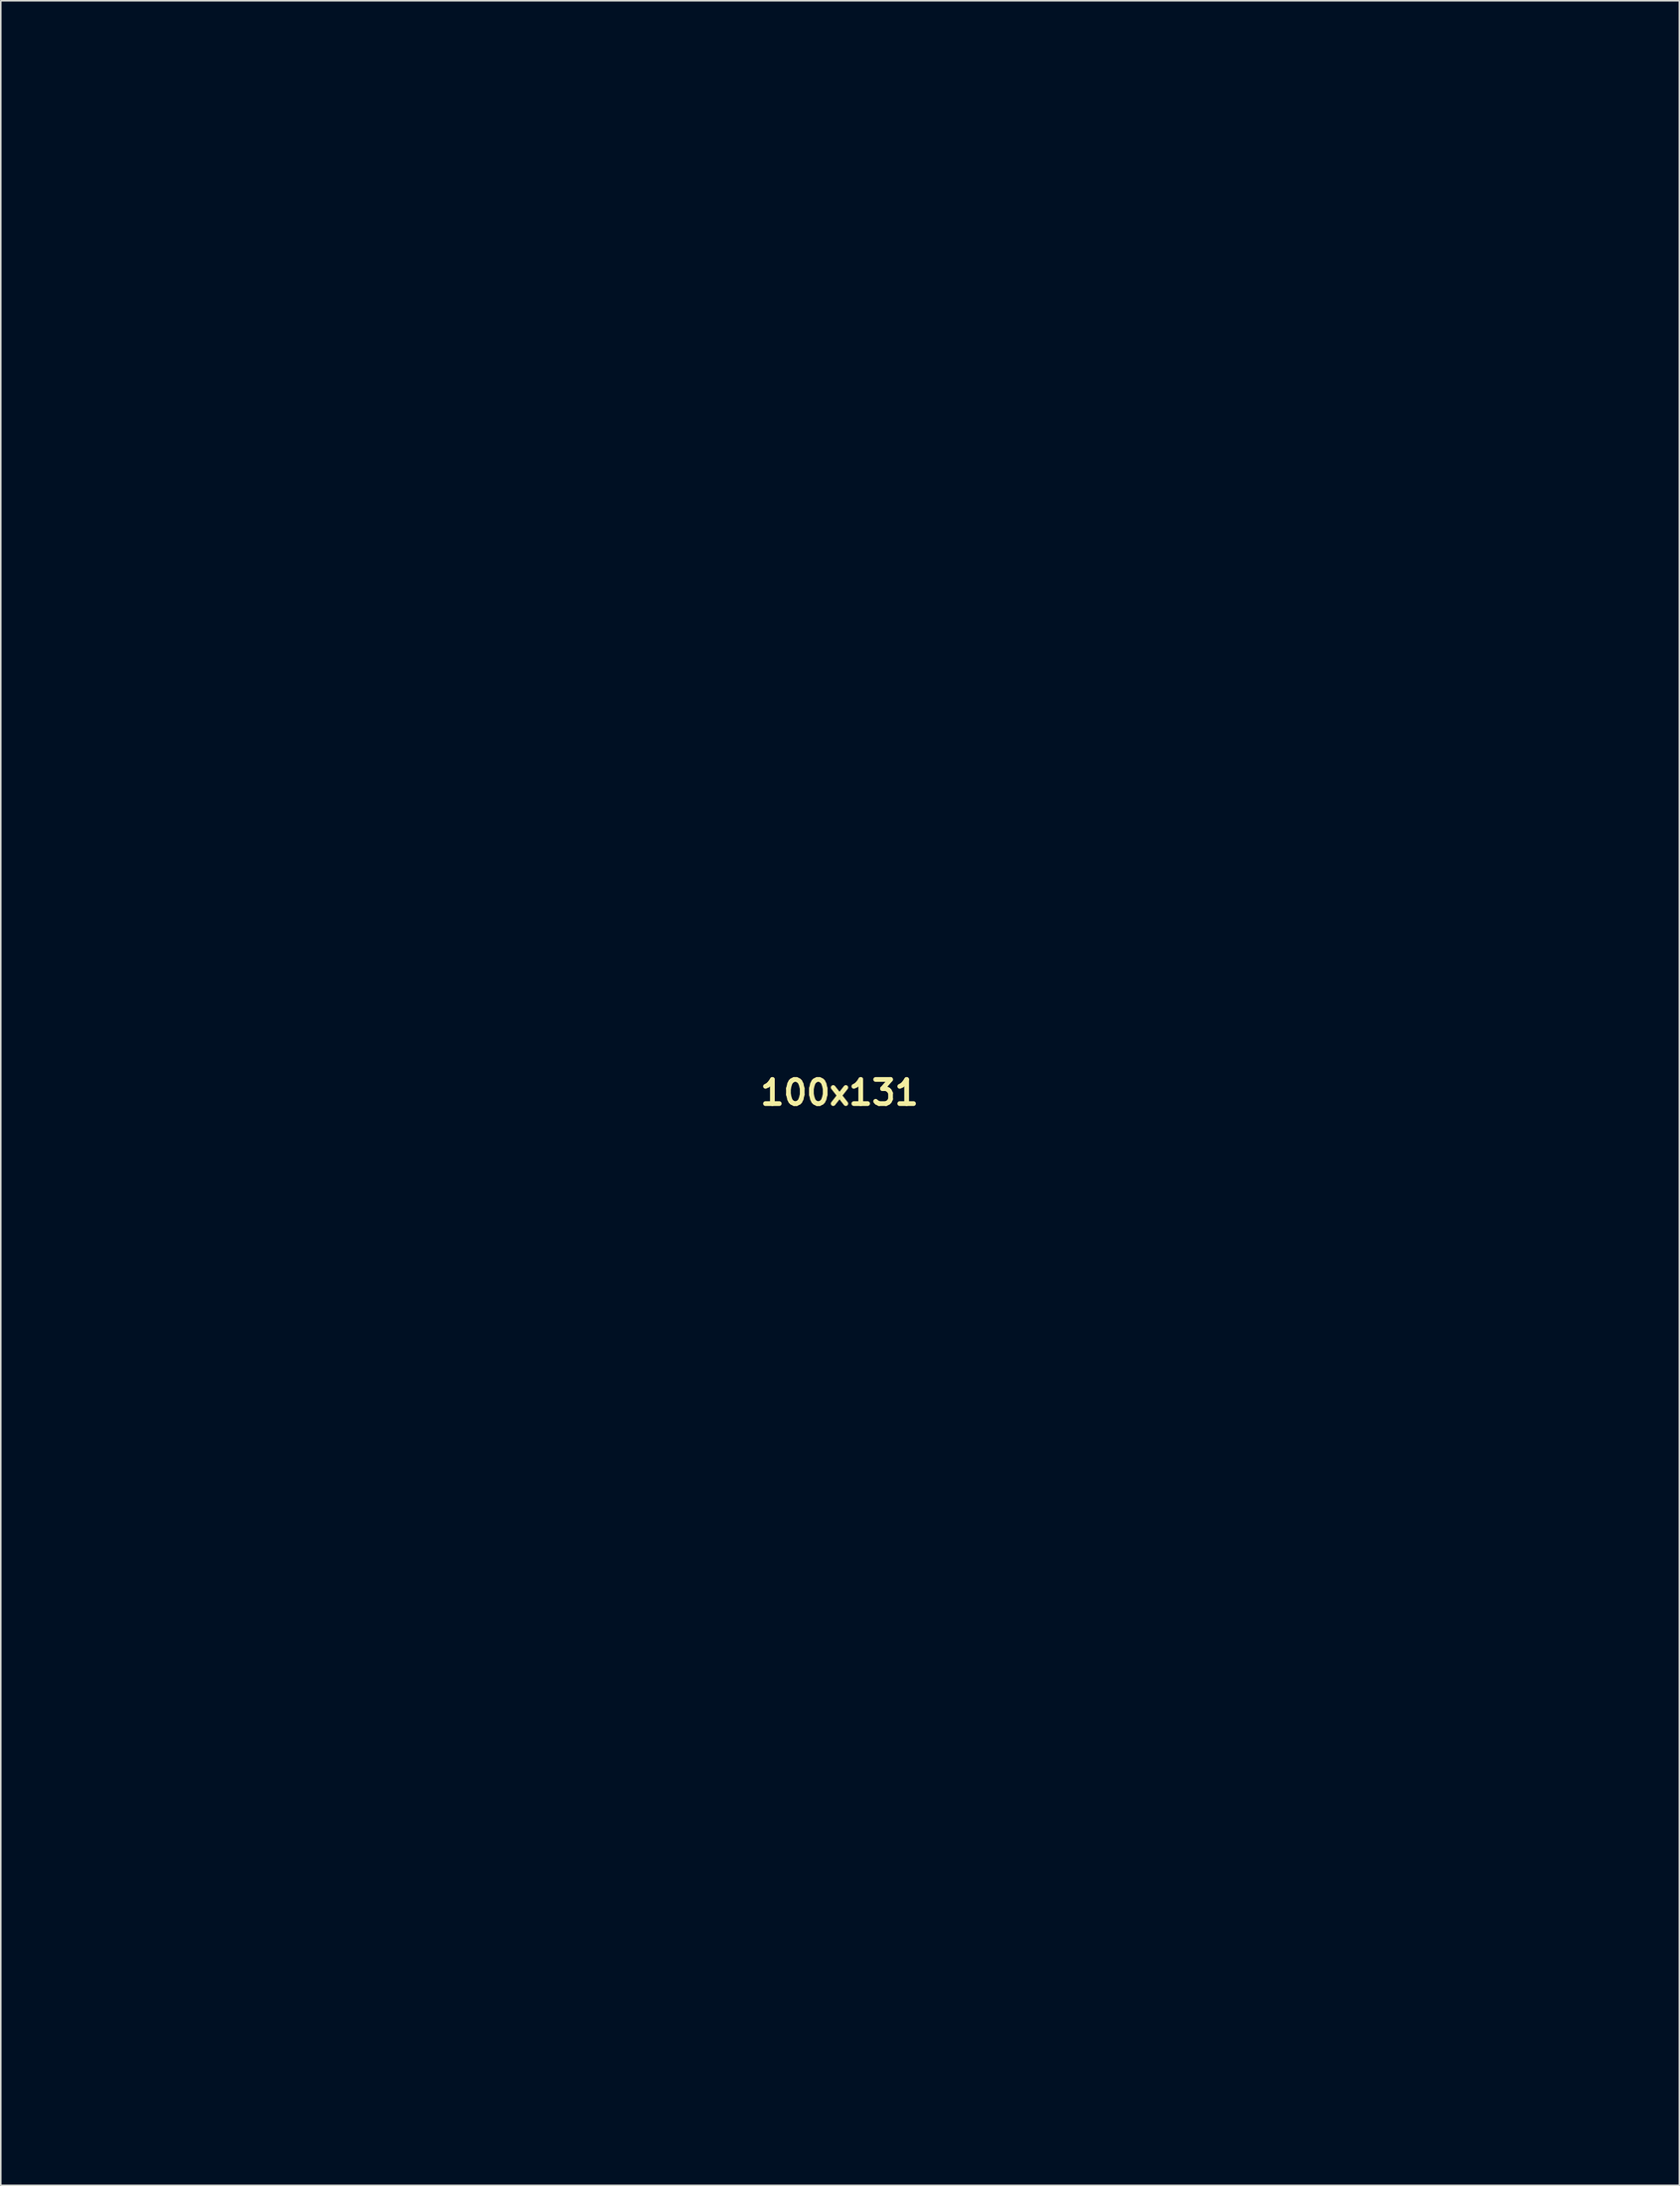
<source format=kicad_pcb>
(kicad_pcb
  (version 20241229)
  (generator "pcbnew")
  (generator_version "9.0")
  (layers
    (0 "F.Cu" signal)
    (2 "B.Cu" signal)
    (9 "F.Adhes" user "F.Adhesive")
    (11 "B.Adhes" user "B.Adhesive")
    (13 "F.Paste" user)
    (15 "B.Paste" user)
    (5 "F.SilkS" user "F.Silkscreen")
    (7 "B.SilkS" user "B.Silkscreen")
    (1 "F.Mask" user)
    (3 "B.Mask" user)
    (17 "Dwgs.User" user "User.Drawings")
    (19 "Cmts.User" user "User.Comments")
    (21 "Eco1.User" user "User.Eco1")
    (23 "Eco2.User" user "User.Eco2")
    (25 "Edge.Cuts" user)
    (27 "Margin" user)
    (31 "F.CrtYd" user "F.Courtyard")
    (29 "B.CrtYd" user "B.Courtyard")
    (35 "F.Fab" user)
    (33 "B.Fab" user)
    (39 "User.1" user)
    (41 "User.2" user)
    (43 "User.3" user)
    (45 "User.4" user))
  (footprint "100x131"
    (layer "F.Cu")
    (at 50.043 66.012)
    (property "Reference" "100x131" (at 0 0 0) (layer "F.SilkS") (effects (font (size 1.524 1.524) (thickness 0.3))))
    (attr board_only exclude_from_pos_files exclude_from_bom)
    (fp_poly (pts (xy 0.796 -65.962) (xy 1.973 -65.961) (xy 3.137 -65.96) (xy 4.279 -65.958) (xy 5.391 -65.956) (xy 6.464 -65.953) (xy 7.49 -65.95) (xy 8.462 -65.946) (xy 9.37 -65.941) (xy 10.207 -65.936) (xy 10.965 -65.931) (xy 11.634 -65.924) (xy 12.207 -65.918) (xy 12.676 -65.911) (xy 13.032 -65.903) (xy 13.268 -65.894) (xy 13.35 -65.889) (xy 14.585 -65.698) (xy 15.806 -65.381) (xy 16.992 -64.944) (xy 18.122 -64.394) (xy 18.65 -64.085) (xy 19.653 -63.385) (xy 20.592 -62.575) (xy 21.455 -61.671) (xy 22.227 -60.688) (xy 22.895 -59.642) (xy 23.442 -58.557) (xy 23.868 -57.455) (xy 24.17 -56.361) (xy 24.352 -55.247) (xy 24.421 -54.087) (xy 24.422 -53.933) (xy 24.423 -52.788) (xy 24.206 -52.328) (xy 23.89 -51.816) (xy 23.475 -51.381) (xy 22.978 -51.038) (xy 22.419 -50.802) (xy 22.18 -50.74) (xy 22.084 -50.734) (xy 21.859 -50.728) (xy 21.512 -50.723) (xy 21.049 -50.718) (xy 20.475 -50.713) (xy 19.798 -50.708) (xy 19.023 -50.704) (xy 18.156 -50.699) (xy 17.203 -50.695) (xy 16.172 -50.692) (xy 15.067 -50.689) (xy 13.895 -50.685) (xy 12.662 -50.683) (xy 11.375 -50.68) (xy 10.038 -50.678) (xy 8.66 -50.676) (xy 7.245 -50.674) (xy 5.801 -50.673) (xy 4.332 -50.672) (xy 2.845 -50.671) (xy 1.347 -50.671) (xy -0.156 -50.671) (xy -1.659 -50.671) (xy -3.155 -50.671) (xy -4.638 -50.672) (xy -6.102 -50.673) (xy -7.541 -50.674) (xy -8.948 -50.675) (xy -10.318 -50.677) (xy -11.643 -50.679) (xy -12.919 -50.682) (xy -14.139 -50.684) (xy -15.296 -50.687) (xy -16.385 -50.69) (xy -17.399 -50.694) (xy -18.333 -50.698) (xy -19.18 -50.702) (xy -19.934 -50.706) (xy -20.588 -50.711) (xy -21.138 -50.716) (xy -21.575 -50.721) (xy -21.895 -50.727) (xy -22.092 -50.733) (xy -22.154 -50.737) (xy -22.71 -50.913) (xy -23.213 -51.203) (xy -23.65 -51.591) (xy -24.003 -52.061) (xy -24.258 -52.599) (xy -24.366 -52.987) (xy -24.409 -53.224) (xy -24.433 -53.445) (xy -24.44 -53.685) (xy -24.429 -53.979) (xy -24.402 -54.365) (xy -24.395 -54.462) (xy -24.266 -55.567) (xy -24.062 -56.591) (xy -23.773 -57.57) (xy -23.388 -58.54) (xy -23.147 -59.053) (xy -22.52 -60.178) (xy -21.791 -61.218) (xy -20.968 -62.168) (xy -20.057 -63.024) (xy -19.065 -63.781) (xy -18 -64.434) (xy -16.867 -64.977) (xy -15.675 -65.407) (xy -14.431 -65.719) (xy -13.326 -65.888) (xy -13.177 -65.896) (xy -12.902 -65.905) (xy -12.509 -65.912) (xy -12.006 -65.919) (xy -11.401 -65.926) (xy -10.702 -65.932) (xy -9.918 -65.937) (xy -9.057 -65.942) (xy -8.128 -65.947) (xy -7.137 -65.95) (xy -6.095 -65.954) (xy -5.008 -65.956) (xy -3.886 -65.959) (xy -2.736 -65.96) (xy -1.567 -65.961) (xy -0.387 -65.962)) (stroke (width 0.1) (type solid)) (fill no) (layer "Eco1.User"))
    (fp_poly (pts (xy 43.915 -46.178) (xy 44.271 -46.171) (xy 44.554 -46.154) (xy 44.796 -46.125) (xy 45.027 -46.081) (xy 45.233 -46.032) (xy 46.115 -45.741) (xy 46.931 -45.334) (xy 47.674 -44.815) (xy 48.244 -44.289) (xy 48.778 -43.669) (xy 49.206 -43.026) (xy 49.547 -42.327) (xy 49.819 -41.539) (xy 49.848 -41.436) (xy 50.025 -40.795) (xy 50.043 -20.835) (xy 50.062 -0.876) (xy 46.151 -0.876) (xy 46.151 -20.368) (xy 46.151 -22.502) (xy 46.15 -24.504) (xy 46.149 -26.375) (xy 46.148 -28.117) (xy 46.146 -29.733) (xy 46.144 -31.225) (xy 46.142 -32.595) (xy 46.139 -33.845) (xy 46.135 -34.976) (xy 46.131 -35.992) (xy 46.127 -36.894) (xy 46.122 -37.684) (xy 46.117 -38.365) (xy 46.111 -38.938) (xy 46.105 -39.406) (xy 46.099 -39.771) (xy 46.092 -40.034) (xy 46.084 -40.198) (xy 46.078 -40.257) (xy 45.908 -40.831) (xy 45.628 -41.332) (xy 45.245 -41.752) (xy 44.766 -42.081) (xy 44.687 -42.122) (xy 44.455 -42.228) (xy 44.253 -42.296) (xy 44.033 -42.337) (xy 43.747 -42.36) (xy 43.577 -42.367) (xy 42.575 -42.345) (xy 41.541 -42.203) (xy 40.493 -41.948) (xy 39.448 -41.584) (xy 38.424 -41.118) (xy 37.439 -40.556) (xy 36.955 -40.232) (xy 36.596 -39.953) (xy 36.184 -39.593) (xy 35.748 -39.177) (xy 35.313 -38.734) (xy 34.906 -38.289) (xy 34.554 -37.872) (xy 34.345 -37.595) (xy 33.791 -36.718) (xy 33.298 -35.743) (xy 32.878 -34.701) (xy 32.545 -33.618) (xy 32.462 -33.283) (xy 32.312 -32.643) (xy 32.291 -13.694) (xy 32.27 5.255) (xy 50.061 5.255) (xy 50.043 27.505) (xy 50.041 29.565) (xy 50.04 31.495) (xy 50.038 33.298) (xy 50.036 34.979) (xy 50.035 36.544) (xy 50.033 37.995) (xy 50.031 39.337) (xy 50.029 40.575) (xy 50.027 41.713) (xy 50.024 42.755) (xy 50.022 43.705) (xy 50.019 44.569) (xy 50.016 45.35) (xy 50.013 46.052) (xy 50.009 46.68) (xy 50.005 47.239) (xy 50.001 47.732) (xy 49.997 48.164) (xy 49.992 48.539) (xy 49.986 48.862) (xy 49.98 49.137) (xy 49.974 49.368) (xy 49.967 49.56) (xy 49.959 49.716) (xy 49.951 49.842) (xy 49.943 49.942) (xy 49.934 50.019) (xy 49.924 50.078) (xy 49.913 50.125) (xy 49.908 50.143) (xy 49.622 50.869) (xy 49.231 51.516) (xy 48.74 52.077) (xy 48.157 52.544) (xy 47.489 52.909) (xy 47.245 53.009) (xy 47.057 53.074) (xy 46.881 53.122) (xy 46.687 53.154) (xy 46.446 53.174) (xy 46.129 53.187) (xy 45.713 53.195) (xy 45.326 53.199) (xy 44.969 53.199) (xy 44.672 53.196) (xy 44.464 53.189) (xy 44.399 53.184) (xy 43.878 53.122) (xy 43.458 53.069) (xy 43.108 53.02) (xy 42.797 52.97) (xy 42.492 52.915) (xy 42.311 52.879) (xy 40.87 52.527) (xy 39.456 52.046) (xy 38.081 51.444) (xy 36.756 50.726) (xy 35.492 49.899) (xy 34.301 48.968) (xy 33.339 48.085) (xy 32.282 46.947) (xy 31.338 45.736) (xy 30.509 44.455) (xy 29.794 43.104) (xy 29.196 41.685) (xy 28.714 40.201) (xy 28.35 38.653) (xy 28.251 38.1) (xy 28.242 38.041) (xy 28.233 37.975) (xy 28.225 37.899) (xy 28.217 37.808) (xy 28.21 37.7) (xy 28.203 37.571) (xy 28.196 37.418) (xy 28.19 37.237) (xy 28.185 37.024) (xy 28.179 36.776) (xy 28.174 36.49) (xy 28.17 36.162) (xy 28.165 35.788) (xy 28.161 35.366) (xy 28.158 34.891) (xy 28.154 34.361) (xy 28.151 33.771) (xy 28.148 33.118) (xy 28.145 32.399) (xy 28.143 31.611) (xy 28.141 30.748) (xy 28.139 29.81) (xy 28.137 28.791) (xy 28.136 27.688) (xy 28.134 26.498) (xy 28.133 25.217) (xy 28.132 23.842) (xy 28.131 22.369) (xy 28.131 20.795) (xy 28.13 19.117) (xy 28.13 17.33) (xy 28.129 15.432) (xy 28.129 13.419) (xy 28.129 11.287) (xy 28.129 9.033) (xy 28.129 6.653) (xy 28.129 4.144) (xy 28.129 2.493) (xy 28.129 -32.373) (xy 28.281 -33.215) (xy 28.607 -34.65) (xy 29.052 -36.029) (xy 29.613 -37.348) (xy 30.283 -38.599) (xy 31.06 -39.779) (xy 31.939 -40.88) (xy 32.915 -41.896) (xy 33.983 -42.823) (xy 35.141 -43.654) (xy 36.382 -44.382) (xy 36.82 -44.605) (xy 38.121 -45.175) (xy 39.424 -45.615) (xy 40.742 -45.927) (xy 42.087 -46.114) (xy 43.456 -46.178)) (stroke (width 0.1) (type solid)) (fill no) (layer "Eco1.User"))
    (fp_poly (pts (xy -42.615 -46.157) (xy -41.817 -46.097) (xy -41.04 -45.988) (xy -40.233 -45.824) (xy -39.794 -45.718) (xy -38.41 -45.3) (xy -37.081 -44.76) (xy -35.814 -44.102) (xy -34.614 -43.33) (xy -33.485 -42.447) (xy -32.434 -41.457) (xy -31.464 -40.363) (xy -31.091 -39.884) (xy -30.304 -38.725) (xy -29.628 -37.494) (xy -29.063 -36.188) (xy -28.608 -34.806) (xy -28.263 -33.346) (xy -28.218 -33.103) (xy -28.061 -32.238) (xy -28.061 2.425) (xy -28.061 5.09) (xy -28.061 7.622) (xy -28.062 10.026) (xy -28.062 12.305) (xy -28.063 14.461) (xy -28.063 16.498) (xy -28.064 18.419) (xy -28.065 20.227) (xy -28.066 21.924) (xy -28.068 23.515) (xy -28.069 25.002) (xy -28.071 26.388) (xy -28.073 27.677) (xy -28.075 28.871) (xy -28.077 29.974) (xy -28.08 30.988) (xy -28.083 31.917) (xy -28.086 32.764) (xy -28.089 33.532) (xy -28.093 34.223) (xy -28.096 34.842) (xy -28.1 35.392) (xy -28.105 35.874) (xy -28.109 36.293) (xy -28.114 36.651) (xy -28.119 36.952) (xy -28.125 37.199) (xy -28.131 37.394) (xy -28.137 37.542) (xy -28.143 37.644) (xy -28.149 37.696) (xy -28.431 39.248) (xy -28.82 40.724) (xy -29.32 42.133) (xy -29.937 43.486) (xy -30.673 44.793) (xy -31.533 46.065) (xy -31.724 46.32) (xy -32.03 46.697) (xy -32.416 47.133) (xy -32.859 47.604) (xy -33.332 48.084) (xy -33.812 48.55) (xy -34.274 48.976) (xy -34.693 49.338) (xy -34.933 49.529) (xy -36.222 50.43) (xy -37.545 51.202) (xy -38.913 51.849) (xy -40.332 52.374) (xy -41.811 52.78) (xy -43.254 53.056) (xy -43.657 53.107) (xy -44.122 53.147) (xy -44.625 53.177) (xy -45.138 53.195) (xy -45.634 53.201) (xy -46.087 53.195) (xy -46.47 53.175) (xy -46.756 53.143) (xy -46.84 53.126) (xy -47.536 52.881) (xy -48.168 52.521) (xy -48.728 52.056) (xy -49.206 51.493) (xy -49.593 50.843) (xy -49.832 50.261) (xy -49.844 50.224) (xy -49.855 50.179) (xy -49.865 50.124) (xy -49.874 50.052) (xy -49.883 49.961) (xy -49.892 49.845) (xy -49.899 49.701) (xy -49.906 49.523) (xy -49.913 49.308) (xy -49.919 49.051) (xy -49.924 48.749) (xy -49.929 48.396) (xy -49.934 47.988) (xy -49.938 47.521) (xy -49.942 46.99) (xy -49.946 46.392) (xy -49.949 45.722) (xy -49.952 44.975) (xy -49.955 44.147) (xy -49.957 43.235) (xy -49.959 42.232) (xy -49.961 41.136) (xy -49.963 39.942) (xy -49.965 38.645) (xy -49.967 37.242) (xy -49.968 35.727) (xy -49.97 34.097) (xy -49.971 32.347) (xy -49.973 30.472) (xy -49.975 28.469) (xy -49.975 27.573) (xy -49.993 5.255) (xy -32.205 5.255) (xy -32.206 -13.256) (xy -32.206 -15.158) (xy -32.206 -16.93) (xy -32.207 -18.577) (xy -32.207 -20.104) (xy -32.207 -21.515) (xy -32.208 -22.817) (xy -32.21 -24.013) (xy -32.211 -25.109) (xy -32.214 -26.109) (xy -32.217 -27.018) (xy -32.22 -27.842) (xy -32.225 -28.585) (xy -32.23 -29.252) (xy -32.236 -29.847) (xy -32.244 -30.377) (xy -32.252 -30.845) (xy -32.261 -31.257) (xy -32.272 -31.617) (xy -32.284 -31.931) (xy -32.298 -32.203) (xy -32.313 -32.438) (xy -32.33 -32.642) (xy -32.348 -32.818) (xy -32.368 -32.972) (xy -32.39 -33.109) (xy -32.414 -33.234) (xy -32.44 -33.351) (xy -32.467 -33.465) (xy -32.497 -33.582) (xy -32.529 -33.707) (xy -32.537 -33.734) (xy -32.909 -34.931) (xy -33.396 -36.061) (xy -33.991 -37.119) (xy -34.689 -38.1) (xy -35.482 -38.996) (xy -36.365 -39.803) (xy -37.331 -40.514) (xy -38.375 -41.123) (xy -39.49 -41.626) (xy -40.67 -42.014) (xy -41.368 -42.183) (xy -41.727 -42.249) (xy -42.083 -42.295) (xy -42.476 -42.323) (xy -42.947 -42.336) (xy -43.153 -42.338) (xy -43.558 -42.34) (xy -43.855 -42.337) (xy -44.071 -42.326) (xy -44.232 -42.303) (xy -44.364 -42.266) (xy -44.494 -42.21) (xy -44.616 -42.15) (xy -45.092 -41.836) (xy -45.502 -41.419) (xy -45.821 -40.926) (xy -45.835 -40.898) (xy -46.05 -40.461) (xy -46.085 -0.876) (xy -49.993 -0.876) (xy -49.976 -20.903) (xy -49.958 -40.93) (xy -49.806 -41.469) (xy -49.487 -42.361) (xy -49.059 -43.182) (xy -48.529 -43.922) (xy -47.905 -44.576) (xy -47.194 -45.134) (xy -46.405 -45.591) (xy -45.544 -45.937) (xy -45.242 -46.027) (xy -45.02 -46.083) (xy -44.805 -46.122) (xy -44.567 -46.149) (xy -44.278 -46.165) (xy -43.909 -46.173) (xy -43.49 -46.175)) (stroke (width 0.1) (type solid)) (fill no) (layer "Eco1.User"))
    (fp_poly (pts (xy 8.807 -47.153) (xy 9.711 -47.152) (xy 10.525 -47.149) (xy 11.254 -47.146) (xy 11.906 -47.141) (xy 12.484 -47.135) (xy 12.995 -47.127) (xy 13.444 -47.119) (xy 13.837 -47.109) (xy 14.18 -47.097) (xy 14.477 -47.083) (xy 14.736 -47.068) (xy 14.961 -47.051) (xy 15.158 -47.032) (xy 15.332 -47.012) (xy 15.49 -46.989) (xy 15.637 -46.963) (xy 15.778 -46.936) (xy 15.919 -46.906) (xy 15.972 -46.895) (xy 17.065 -46.59) (xy 18.134 -46.164) (xy 19.161 -45.627) (xy 20.126 -44.99) (xy 21.011 -44.264) (xy 21.798 -43.459) (xy 21.8 -43.456) (xy 22.532 -42.516) (xy 23.155 -41.502) (xy 23.671 -40.41) (xy 24.082 -39.236) (xy 24.272 -38.522) (xy 24.42 -37.898) (xy 24.439 -19.269) (xy 24.441 -17.207) (xy 24.443 -15.277) (xy 24.444 -13.477) (xy 24.444 -11.804) (xy 24.444 -10.255) (xy 24.444 -8.829) (xy 24.442 -7.523) (xy 24.441 -6.334) (xy 24.438 -5.26) (xy 24.435 -4.298) (xy 24.432 -3.445) (xy 24.428 -2.7) (xy 24.423 -2.06) (xy 24.418 -1.522) (xy 24.412 -1.083) (xy 24.406 -0.742) (xy 24.399 -0.495) (xy 24.391 -0.341) (xy 24.385 -0.283) (xy 24.215 0.256) (xy 23.939 0.795) (xy 23.579 1.303) (xy 23.16 1.748) (xy 22.703 2.101) (xy 22.532 2.201) (xy 22.347 2.299) (xy 22.185 2.381) (xy 22.033 2.45) (xy 21.878 2.507) (xy 21.707 2.553) (xy 21.507 2.589) (xy 21.266 2.617) (xy 20.97 2.639) (xy 20.607 2.655) (xy 20.164 2.668) (xy 19.628 2.678) (xy 18.986 2.688) (xy 18.225 2.698) (xy 18.023 2.701) (xy 17.18 2.712) (xy 16.457 2.724) (xy 15.839 2.738) (xy 15.311 2.755) (xy 14.857 2.775) (xy 14.462 2.801) (xy 14.112 2.833) (xy 13.791 2.872) (xy 13.484 2.92) (xy 13.177 2.978) (xy 12.854 3.047) (xy 12.499 3.128) (xy 12.464 3.137) (xy 11.428 3.424) (xy 10.362 3.803) (xy 9.305 4.255) (xy 8.297 4.763) (xy 7.378 5.311) (xy 7.276 5.378) (xy 6.086 6.252) (xy 4.988 7.219) (xy 3.988 8.273) (xy 3.09 9.406) (xy 2.299 10.614) (xy 1.621 11.889) (xy 1.059 13.224) (xy 0.618 14.613) (xy 0.573 14.781) (xy 0.521 14.98) (xy 0.473 15.161) (xy 0.429 15.328) (xy 0.389 15.487) (xy 0.352 15.644) (xy 0.318 15.805) (xy 0.287 15.975) (xy 0.259 16.161) (xy 0.235 16.367) (xy 0.213 16.599) (xy 0.193 16.863) (xy 0.176 17.164) (xy 0.161 17.509) (xy 0.148 17.903) (xy 0.137 18.351) (xy 0.128 18.859) (xy 0.121 19.433) (xy 0.115 20.079) (xy 0.11 20.802) (xy 0.106 21.607) (xy 0.104 22.501) (xy 0.102 23.488) (xy 0.101 24.576) (xy 0.101 25.769) (xy 0.101 27.072) (xy 0.101 28.493) (xy 0.101 30.035) (xy 0.101 31.706) (xy 0.101 32.075) (xy 0.101 46.936) (xy 0.28 47.207) (xy 0.383 47.352) (xy 0.487 47.469) (xy 0.609 47.559) (xy 0.765 47.627) (xy 0.971 47.675) (xy 1.244 47.709) (xy 1.599 47.731) (xy 2.052 47.744) (xy 2.621 47.753) (xy 2.774 47.755) (xy 3.422 47.76) (xy 3.96 47.756) (xy 4.381 47.745) (xy 4.68 47.727) (xy 4.847 47.702) (xy 5.14 47.572) (xy 5.417 47.362) (xy 5.632 47.112) (xy 5.703 46.98) (xy 5.714 46.936) (xy 5.723 46.855) (xy 5.732 46.731) (xy 5.74 46.559) (xy 5.748 46.335) (xy 5.755 46.053) (xy 5.761 45.708) (xy 5.766 45.297) (xy 5.771 44.813) (xy 5.776 44.252) (xy 5.779 43.609) (xy 5.783 42.88) (xy 5.786 42.058) (xy 5.788 41.14) (xy 5.79 40.12) (xy 5.792 38.994) (xy 5.793 37.757) (xy 5.794 36.403) (xy 5.795 34.928) (xy 5.795 33.327) (xy 5.795 31.988) (xy 5.795 30.298) (xy 5.795 28.737) (xy 5.795 27.3) (xy 5.795 25.982) (xy 5.796 24.777) (xy 5.796 23.679) (xy 5.798 22.684) (xy 5.8 21.786) (xy 5.804 20.98) (xy 5.808 20.259) (xy 5.814 19.62) (xy 5.821 19.056) (xy 5.83 18.561) (xy 5.84 18.132) (xy 5.852 17.761) (xy 5.867 17.445) (xy 5.883 17.176) (xy 5.902 16.951) (xy 5.923 16.763) (xy 5.947 16.608) (xy 5.973 16.479) (xy 6.003 16.371) (xy 6.035 16.28) (xy 6.071 16.199) (xy 6.111 16.123) (xy 6.153 16.048) (xy 6.2 15.966) (xy 6.25 15.874) (xy 6.25 15.874) (xy 6.608 15.329) (xy 7.071 14.845) (xy 7.614 14.439) (xy 8.214 14.131) (xy 8.661 13.982) (xy 8.806 13.962) (xy 9.073 13.944) (xy 9.451 13.928) (xy 9.927 13.914) (xy 10.49 13.902) (xy 11.128 13.892) (xy 11.828 13.883) (xy 12.579 13.876) (xy 13.368 13.871) (xy 14.184 13.868) (xy 15.014 13.867) (xy 15.846 13.868) (xy 16.669 13.87) (xy 17.47 13.875) (xy 18.237 13.881) (xy 18.959 13.889) (xy 19.622 13.899) (xy 20.216 13.911) (xy 20.728 13.924) (xy 21.146 13.94) (xy 21.458 13.957) (xy 21.652 13.976) (xy 21.688 13.983) (xy 22.282 14.188) (xy 22.84 14.506) (xy 23.343 14.918) (xy 23.772 15.404) (xy 24.11 15.948) (xy 24.338 16.529) (xy 24.386 16.725) (xy 24.393 16.809) (xy 24.401 16.987) (xy 24.407 17.259) (xy 24.413 17.628) (xy 24.419 18.098) (xy 24.424 18.668) (xy 24.428 19.343) (xy 24.432 20.125) (xy 24.435 21.015) (xy 24.438 22.016) (xy 24.44 23.13) (xy 24.442 24.36) (xy 24.444 25.708) (xy 24.444 27.176) (xy 24.445 28.766) (xy 24.444 30.481) (xy 24.444 32.324) (xy 24.442 34.295) (xy 24.441 36.398) (xy 24.44 37.224) (xy 24.421 57.369) (xy 24.243 58.076) (xy 23.881 59.262) (xy 23.414 60.365) (xy 22.842 61.383) (xy 22.167 62.317) (xy 21.389 63.164) (xy 20.509 63.923) (xy 19.959 64.318) (xy 19.037 64.867) (xy 18.034 65.325) (xy 16.939 65.699) (xy 16.305 65.867) (xy 16.244 65.88) (xy 16.175 65.893) (xy 16.092 65.904) (xy 15.99 65.915) (xy 15.863 65.924) (xy 15.707 65.933) (xy 15.515 65.941) (xy 15.283 65.949) (xy 15.006 65.955) (xy 14.677 65.961) (xy 14.292 65.966) (xy 13.846 65.971) (xy 13.334 65.976) (xy 12.749 65.979) (xy 12.087 65.983) (xy 11.342 65.986) (xy 10.51 65.988) (xy 9.585 65.991) (xy 8.561 65.993) (xy 7.433 65.995) (xy 6.197 65.996) (xy 4.846 65.998) (xy 3.377 66) (xy 1.782 66.001) (xy 0.236 66.003) (xy -1.477 66.004) (xy -3.059 66.005) (xy -4.518 66.006) (xy -5.859 66.007) (xy -7.085 66.008) (xy -8.204 66.008) (xy -9.22 66.007) (xy -10.138 66.006) (xy -10.965 66.005) (xy -11.705 66.003) (xy -12.363 66.001) (xy -12.946 65.998) (xy -13.457 65.995) (xy -13.904 65.991) (xy -14.29 65.986) (xy -14.622 65.98) (xy -14.904 65.974) (xy -15.142 65.967) (xy -15.342 65.959) (xy -15.508 65.95) (xy -15.647 65.941) (xy -15.762 65.93) (xy -15.861 65.919) (xy -15.947 65.906) (xy -16.014 65.895) (xy -17.133 65.63) (xy -18.207 65.243) (xy -19.227 64.741) (xy -20.184 64.13) (xy -21.066 63.419) (xy -21.866 62.614) (xy -22.572 61.722) (xy -23.175 60.751) (xy -23.295 60.524) (xy -23.758 59.488) (xy -24.096 58.429) (xy -24.316 57.325) (xy -24.391 56.667) (xy -24.396 56.556) (xy -24.401 56.346) (xy -24.406 56.036) (xy -24.41 55.624) (xy -24.414 55.11) (xy -24.418 54.492) (xy -24.422 53.768) (xy -24.425 52.938) (xy -24.428 51.999) (xy -24.431 50.952) (xy -24.434 49.794) (xy -24.436 48.524) (xy -24.438 47.141) (xy -24.44 45.644) (xy -24.442 44.031) (xy -24.443 42.301) (xy -24.444 40.453) (xy -24.445 38.486) (xy -24.446 36.397) (xy -24.446 34.187) (xy -24.447 31.853) (xy -24.447 29.395) (xy -24.446 26.811) (xy -24.446 24.099) (xy -24.445 21.259) (xy -24.444 18.289) (xy -24.443 15.188) (xy -24.442 11.955) (xy -24.441 9.129) (xy -24.439 6.117) (xy -24.438 3.237) (xy -24.436 0.485) (xy -24.435 -2.141) (xy -24.433 -4.644) (xy -24.432 -7.027) (xy -24.431 -9.293) (xy -24.429 -11.445) (xy -24.428 -13.487) (xy -24.426 -15.42) (xy -24.425 -17.249) (xy -24.423 -18.975) (xy -24.421 -20.602) (xy -24.42 -22.134) (xy -24.418 -23.572) (xy -24.416 -24.92) (xy -24.414 -26.181) (xy -24.412 -27.358) (xy -24.41 -28.454) (xy -24.407 -29.471) (xy -24.405 -30.413) (xy -24.402 -31.284) (xy -24.4 -32.084) (xy -24.397 -32.819) (xy -24.394 -33.49) (xy -24.39 -34.101) (xy -24.387 -34.654) (xy -24.383 -35.154) (xy -24.38 -35.601) (xy -24.375 -36.001) (xy -24.371 -36.354) (xy -24.367 -36.666) (xy -24.362 -36.938) (xy -24.357 -37.173) (xy -24.352 -37.375) (xy -24.346 -37.546) (xy -24.341 -37.69) (xy -24.335 -37.809) (xy -24.328 -37.906) (xy -24.322 -37.985) (xy -24.315 -38.048) (xy -24.307 -38.098) (xy -24.301 -38.134) (xy -23.997 -39.352) (xy -23.601 -40.477) (xy -23.106 -41.519) (xy -22.509 -42.487) (xy -21.804 -43.39) (xy -21.263 -43.968) (xy -20.391 -44.756) (xy -19.459 -45.43) (xy -18.459 -45.997) (xy -17.383 -46.46) (xy -16.223 -46.823) (xy -15.429 -47.006) (xy -15.356 -47.019) (xy -15.27 -47.031) (xy -15.165 -47.042) (xy -15.036 -47.052) (xy -14.878 -47.062) (xy -14.685 -47.071) (xy -14.451 -47.079) (xy -14.171 -47.086) (xy -13.839 -47.092) (xy -13.451 -47.098) (xy -13 -47.104) (xy -12.48 -47.109) (xy -11.888 -47.113) (xy -11.216 -47.117) (xy -10.459 -47.121) (xy -9.613 -47.124) (xy -8.67 -47.127) (xy -7.627 -47.13) (xy -6.477 -47.133) (xy -5.215 -47.136) (xy -3.836 -47.139) (xy -2.333 -47.141) (xy -0.702 -47.144) (xy -0.505 -47.145) (xy 1.184 -47.147) (xy 2.745 -47.15) (xy 4.182 -47.152) (xy 5.501 -47.153) (xy 6.708 -47.154) (xy 7.808 -47.154)) (stroke (width 0.1) (type solid)) (fill no) (layer "Eco1.User")))
  (gr_rect
    (start -3 -3)
    (end 103.155 135.069)
    (stroke (width 0.1) (type default))
    (fill no)
    (layer "Edge.Cuts")))
</source>
